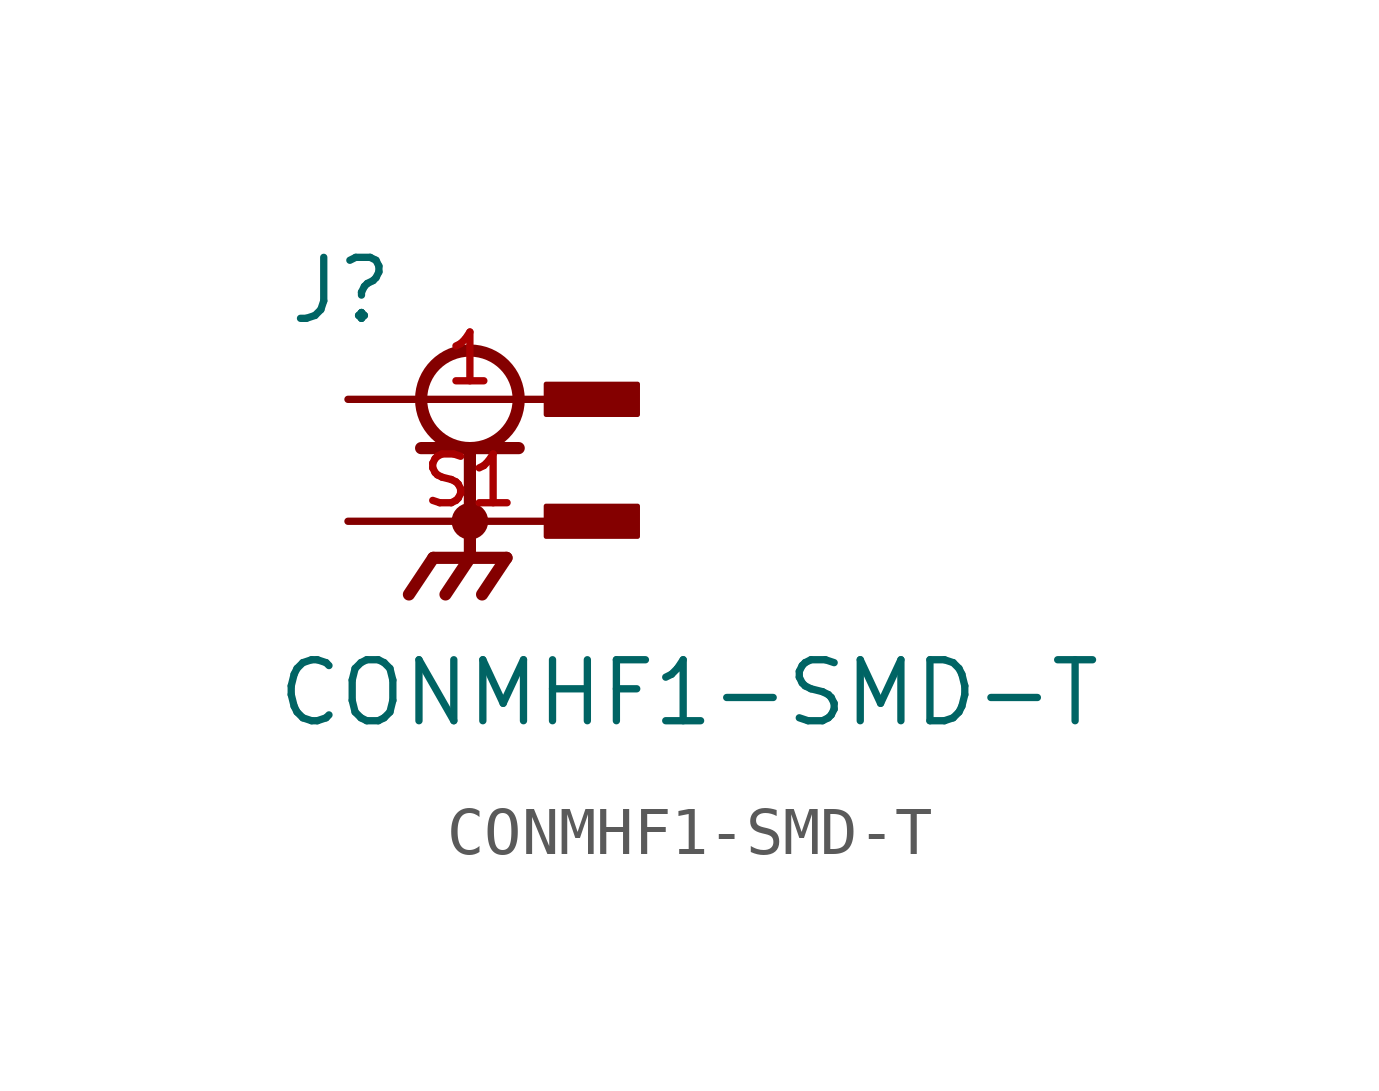
<source format=kicad_sym>
(kicad_symbol_lib
  (version 20231120)
  (generator "kicad_symbol_editor")
  (generator_version "8.0")
  (symbol "CONMHF1-SMD-T"
    (pin_names
      (offset 1.016))
    (property "Reference" "J"
      (at -3.81 1.524 0)
      (effects (font (size 1.27 1.27)) (justify left bottom)))
    (property "Value" "CONMHF1-SMD-T"
      (at -4.064 -6.858 0)
      (effects (font (size 1.27 1.27)) (justify left bottom)))
    (symbol "CONMHF1-SMD-T_0_0"
      (circle (center 0 -2.54) (radius 0.254) (stroke (width 0.254) (type default)) (fill (type none)))
      (polyline (pts (xy -1.016 -1.016) (xy 0 -1.016)) (stroke (width 0.254) (type default)) (fill (type none)))
      (polyline (pts (xy -0.762 -3.302) (xy -1.27 -4.064)) (stroke (width 0.254) (type default)) (fill (type none)))
      (polyline (pts (xy 0 -3.302) (xy -0.762 -3.302)) (stroke (width 0.254) (type default)) (fill (type none)))
      (polyline (pts (xy 0 -3.302) (xy -0.508 -4.064)) (stroke (width 0.254) (type default)) (fill (type none)))
      (polyline (pts (xy 0 -3.302) (xy 0.762 -3.302)) (stroke (width 0.254) (type default)) (fill (type none)))
      (polyline (pts (xy 0 -1.016) (xy 0 -3.302)) (stroke (width 0.254) (type default)) (fill (type none)))
      (polyline (pts (xy 0 -1.016) (xy 1.016 -1.016)) (stroke (width 0.254) (type default)) (fill (type none)))
      (polyline (pts (xy 0.762 -3.302) (xy 0.254 -4.064)) (stroke (width 0.254) (type default)) (fill (type none)))
      (circle (center 0 0) (radius 1.016) (stroke (width 0.254) (type default)) (fill (type none)))
      (rectangle (start 1.587 -2.857) (end 3.493 -2.223) (stroke (width 0.1) (type default)) (fill (type outline)))
      (rectangle (start 1.587 -0.318) (end 3.493 0.318) (stroke (width 0.1) (type default)) (fill (type outline)))
      (pin passive line (at -2.54 0 0) (length 5.08) (name "~" (effects (font (size 1.016 1.016)))) (number "1" (effects (font (size 1.016 1.016)))))
      (pin passive line (at -2.54 -2.54 0) (length 5.08) (name "~" (effects (font (size 1.016 1.016)))) (number "S1" (effects (font (size 1.016 1.016))))))))
</source>
